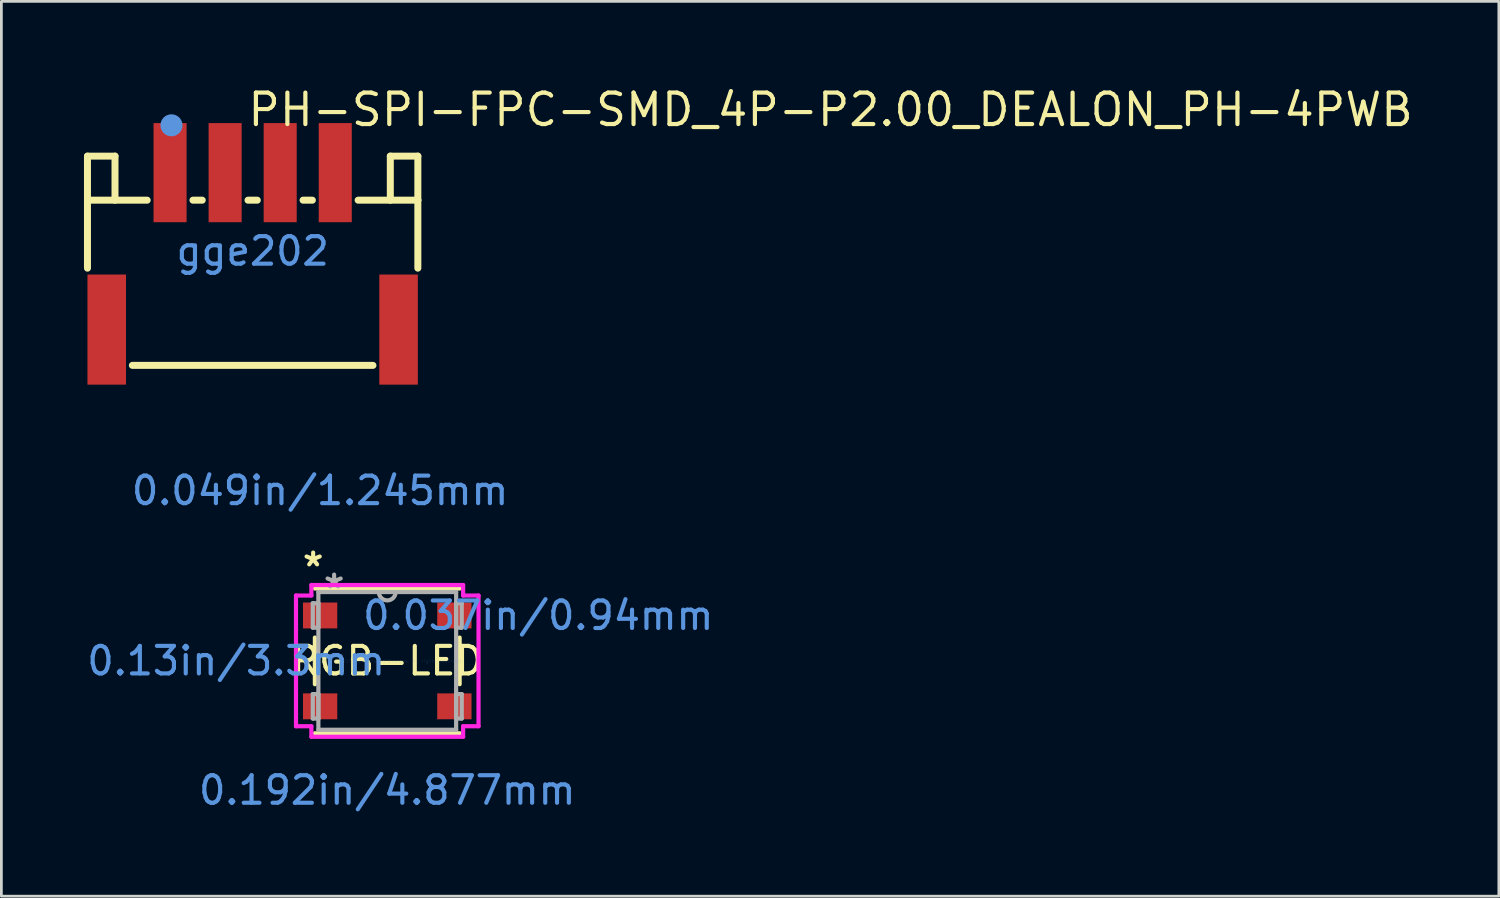
<source format=kicad_pcb>
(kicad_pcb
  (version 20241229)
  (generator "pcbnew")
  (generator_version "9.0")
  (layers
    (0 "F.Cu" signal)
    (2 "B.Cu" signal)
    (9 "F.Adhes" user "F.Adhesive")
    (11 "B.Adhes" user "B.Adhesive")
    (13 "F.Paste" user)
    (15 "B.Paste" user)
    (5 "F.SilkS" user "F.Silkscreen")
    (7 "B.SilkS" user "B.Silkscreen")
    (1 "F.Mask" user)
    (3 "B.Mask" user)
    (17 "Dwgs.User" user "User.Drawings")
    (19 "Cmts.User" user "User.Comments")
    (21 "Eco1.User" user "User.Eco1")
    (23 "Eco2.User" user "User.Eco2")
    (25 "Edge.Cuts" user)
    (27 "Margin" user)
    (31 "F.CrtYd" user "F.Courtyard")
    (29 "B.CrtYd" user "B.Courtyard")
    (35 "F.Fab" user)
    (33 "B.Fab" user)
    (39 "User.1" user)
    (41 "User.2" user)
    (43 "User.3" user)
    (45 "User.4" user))
  (footprint "PH-SPI-FPC-SMD_4P-P2.00_DEALON_PH-4PWB"
    (layer "F.Cu")
    (at 6.127 6.071)
    (property "Reference" "PH-SPI-FPC-SMD_4P-P2.00_DEALON_PH-4PWB" (at -0.254 -5.136 0) (layer "F.SilkS") (effects (font (size 1.143 1.143) (thickness 0.152)) (justify left)))
    (attr smd)
    (fp_line (start -6 -3.45) (end -5 -3.45) (stroke (width 0.254) (type solid)) (layer "F.SilkS"))
    (fp_line (start -6 -1.85) (end -6 -3.45) (stroke (width 0.254) (type solid)) (layer "F.SilkS"))
    (fp_line (start -6 -1.85) (end -6 0.619) (stroke (width 0.254) (type solid)) (layer "F.SilkS"))
    (fp_line (start -5 -3.45) (end -5 -1.85) (stroke (width 0.254) (type solid)) (layer "F.SilkS"))
    (fp_line (start -3.831 -1.85) (end -6 -1.85) (stroke (width 0.254) (type solid)) (layer "F.SilkS"))
    (fp_line (start -1.831 -1.85) (end -2.169 -1.85) (stroke (width 0.254) (type solid)) (layer "F.SilkS"))
    (fp_line (start 0.169 -1.85) (end -0.169 -1.85) (stroke (width 0.254) (type solid)) (layer "F.SilkS"))
    (fp_line (start 2.169 -1.85) (end 1.831 -1.85) (stroke (width 0.254) (type solid)) (layer "F.SilkS"))
    (fp_line (start 4.369 4.15) (end -4.369 4.15) (stroke (width 0.254) (type solid)) (layer "F.SilkS"))
    (fp_line (start 5 -3.45) (end 5 -1.85) (stroke (width 0.254) (type solid)) (layer "F.SilkS"))
    (fp_line (start 6 -3.45) (end 5 -3.45) (stroke (width 0.254) (type solid)) (layer "F.SilkS"))
    (fp_line (start 6 -1.85) (end 3.831 -1.85) (stroke (width 0.254) (type solid)) (layer "F.SilkS"))
    (fp_line (start 6 -1.85) (end 6 -3.45) (stroke (width 0.254) (type solid)) (layer "F.SilkS"))
    (fp_line (start 6 -1.85) (end 6 0.619) (stroke (width 0.254) (type solid)) (layer "F.SilkS"))
    (fp_circle (center -2.949 -4.57) (end -2.749 -4.57) (stroke (width 0.4) (type solid)) (fill no) (layer "Cmts.User"))
    (fp_text user "gge202" (at 0 0 0) (layer "Cmts.User") (effects (font (size 1 1) (thickness 0.15))))
    (pad "1" smd rect (at -3 -2.85) (size 1.2 3.6) (layers "F.Cu" "F.Mask" "F.Paste"))
    (pad "2" smd rect (at -1 -2.85) (size 1.2 3.6) (layers "F.Cu" "F.Mask" "F.Paste"))
    (pad "3" smd rect (at 1 -2.85) (size 1.2 3.6) (layers "F.Cu" "F.Mask" "F.Paste"))
    (pad "4" smd rect (at 3 -2.85) (size 1.2 3.6) (layers "F.Cu" "F.Mask" "F.Paste"))
    (pad "5" smd rect (at 5.3 2.85) (size 1.4 4) (layers "F.Cu" "F.Mask" "F.Paste"))
    (pad "6" smd rect (at -5.3 2.85) (size 1.4 4) (layers "F.Cu" "F.Mask" "F.Paste")))
  (footprint "RGB-LED"
    (layer "F.Cu")
    (at 11.016 20.955)
    (property "Reference" "RGB-LED" (at 0 0 0) (layer "F.SilkS") (effects (font (size 1 1) (thickness 0.15))))
    (attr through_hole)
    (fp_line (start -2.629 -0.847) (end -2.629 0.847) (stroke (width 0.152) (type solid)) (layer "F.SilkS"))
    (fp_line (start -2.629 2.629) (end 2.629 2.629) (stroke (width 0.152) (type solid)) (layer "F.SilkS"))
    (fp_line (start 2.629 -2.629) (end -2.629 -2.629) (stroke (width 0.152) (type solid)) (layer "F.SilkS"))
    (fp_line (start 2.629 0.847) (end 2.629 -0.847) (stroke (width 0.152) (type solid)) (layer "F.SilkS"))
    (fp_line (start -3.315 -2.374) (end -2.756 -2.374) (stroke (width 0.152) (type solid)) (layer "F.CrtYd"))
    (fp_line (start -3.315 2.374) (end -3.315 -2.374) (stroke (width 0.152) (type solid)) (layer "F.CrtYd"))
    (fp_line (start -3.315 2.374) (end -2.756 2.374) (stroke (width 0.152) (type solid)) (layer "F.CrtYd"))
    (fp_line (start -2.756 -2.756) (end 2.756 -2.756) (stroke (width 0.152) (type solid)) (layer "F.CrtYd"))
    (fp_line (start -2.756 -2.374) (end -2.756 -2.756) (stroke (width 0.152) (type solid)) (layer "F.CrtYd"))
    (fp_line (start -2.756 2.756) (end -2.756 2.374) (stroke (width 0.152) (type solid)) (layer "F.CrtYd"))
    (fp_line (start 2.756 -2.756) (end 2.756 -2.374) (stroke (width 0.152) (type solid)) (layer "F.CrtYd"))
    (fp_line (start 2.756 2.374) (end 2.756 2.756) (stroke (width 0.152) (type solid)) (layer "F.CrtYd"))
    (fp_line (start 2.756 2.756) (end -2.756 2.756) (stroke (width 0.152) (type solid)) (layer "F.CrtYd"))
    (fp_line (start 3.315 -2.374) (end 2.756 -2.374) (stroke (width 0.152) (type solid)) (layer "F.CrtYd"))
    (fp_line (start 3.315 -2.374) (end 3.315 2.374) (stroke (width 0.152) (type solid)) (layer "F.CrtYd"))
    (fp_line (start 3.315 2.374) (end 2.756 2.374) (stroke (width 0.152) (type solid)) (layer "F.CrtYd"))
    (fp_line (start -2.705 -2.095) (end -2.705 -1.206) (stroke (width 0.152) (type solid)) (layer "F.Fab"))
    (fp_line (start -2.705 -1.206) (end -2.502 -1.206) (stroke (width 0.152) (type solid)) (layer "F.Fab"))
    (fp_line (start -2.705 1.206) (end -2.705 2.095) (stroke (width 0.152) (type solid)) (layer "F.Fab"))
    (fp_line (start -2.705 2.095) (end -2.502 2.095) (stroke (width 0.152) (type solid)) (layer "F.Fab"))
    (fp_line (start -2.502 -2.502) (end -2.502 2.502) (stroke (width 0.152) (type solid)) (layer "F.Fab"))
    (fp_line (start -2.502 -2.095) (end -2.705 -2.095) (stroke (width 0.152) (type solid)) (layer "F.Fab"))
    (fp_line (start -2.502 -1.206) (end -2.502 -2.095) (stroke (width 0.152) (type solid)) (layer "F.Fab"))
    (fp_line (start -2.502 1.206) (end -2.705 1.206) (stroke (width 0.152) (type solid)) (layer "F.Fab"))
    (fp_line (start -2.502 2.095) (end -2.502 1.206) (stroke (width 0.152) (type solid)) (layer "F.Fab"))
    (fp_line (start -2.502 2.502) (end 2.502 2.502) (stroke (width 0.152) (type solid)) (layer "F.Fab"))
    (fp_line (start 2.502 -2.502) (end -2.502 -2.502) (stroke (width 0.152) (type solid)) (layer "F.Fab"))
    (fp_line (start 2.502 -2.095) (end 2.502 -1.206) (stroke (width 0.152) (type solid)) (layer "F.Fab"))
    (fp_line (start 2.502 -1.206) (end 2.705 -1.206) (stroke (width 0.152) (type solid)) (layer "F.Fab"))
    (fp_line (start 2.502 1.206) (end 2.502 2.095) (stroke (width 0.152) (type solid)) (layer "F.Fab"))
    (fp_line (start 2.502 2.095) (end 2.705 2.095) (stroke (width 0.152) (type solid)) (layer "F.Fab"))
    (fp_line (start 2.502 2.502) (end 2.502 -2.502) (stroke (width 0.152) (type solid)) (layer "F.Fab"))
    (fp_line (start 2.705 -2.095) (end 2.502 -2.095) (stroke (width 0.152) (type solid)) (layer "F.Fab"))
    (fp_line (start 2.705 -1.206) (end 2.705 -2.095) (stroke (width 0.152) (type solid)) (layer "F.Fab"))
    (fp_line (start 2.705 1.206) (end 2.502 1.206) (stroke (width 0.152) (type solid)) (layer "F.Fab"))
    (fp_line (start 2.705 2.095) (end 2.705 1.206) (stroke (width 0.152) (type solid)) (layer "F.Fab"))
    (fp_arc (start 0.3048 -2.5019) (mid 0 -2.1971) (end -0.3048 -2.5019) (stroke (width 0.1524) (type solid)) (layer "F.Fab"))
    (fp_text user "*" (at -2.692 -3.39 0) (layer "F.SilkS") (effects (font (size 1 1) (thickness 0.15))))
    (fp_text user "0.192in/4.877mm" (at 0 4.698 0) (layer "Cmts.User") (effects (font (size 1 1) (thickness 0.15))))
    (fp_text user "0.037in/0.94mm" (at 5.486 -1.65 0) (layer "Cmts.User") (effects (font (size 1 1) (thickness 0.15))))
    (fp_text user "Copyright 2016 Accelerated Designs. All rights reserved." (at 0 0 0) (layer "Cmts.User") (effects (font (size 0.127 0.127) (thickness 0.002))))
    (fp_text user "0.049in/1.245mm" (at -2.438 -6.185 0) (layer "Cmts.User") (effects (font (size 1 1) (thickness 0.15))))
    (fp_text user "0.13in/3.3mm" (at -5.486 0 0) (layer "Cmts.User") (effects (font (size 1 1) (thickness 0.15))))
    (fp_text user "*" (at -1.93 -2.59 0) (layer "F.Fab") (effects (font (size 1 1) (thickness 0.15))))
    (pad "1" smd rect (at -2.438 -1.65) (size 1.245 0.94) (layers "F.Cu" "F.Mask" "F.Paste"))
    (pad "2" smd rect (at -2.438 1.65) (size 1.245 0.94) (layers "F.Cu" "F.Mask" "F.Paste"))
    (pad "3" smd rect (at 2.438 1.65) (size 1.245 0.94) (layers "F.Cu" "F.Mask" "F.Paste"))
    (pad "4" smd rect (at 2.438 -1.65) (size 1.245 0.94) (layers "F.Cu" "F.Mask" "F.Paste")))
  (gr_rect
    (start -3 -3)
    (end 51.391 29.501)
    (stroke (width 0.1) (type default))
    (fill no)
    (layer "Edge.Cuts")))
</source>
